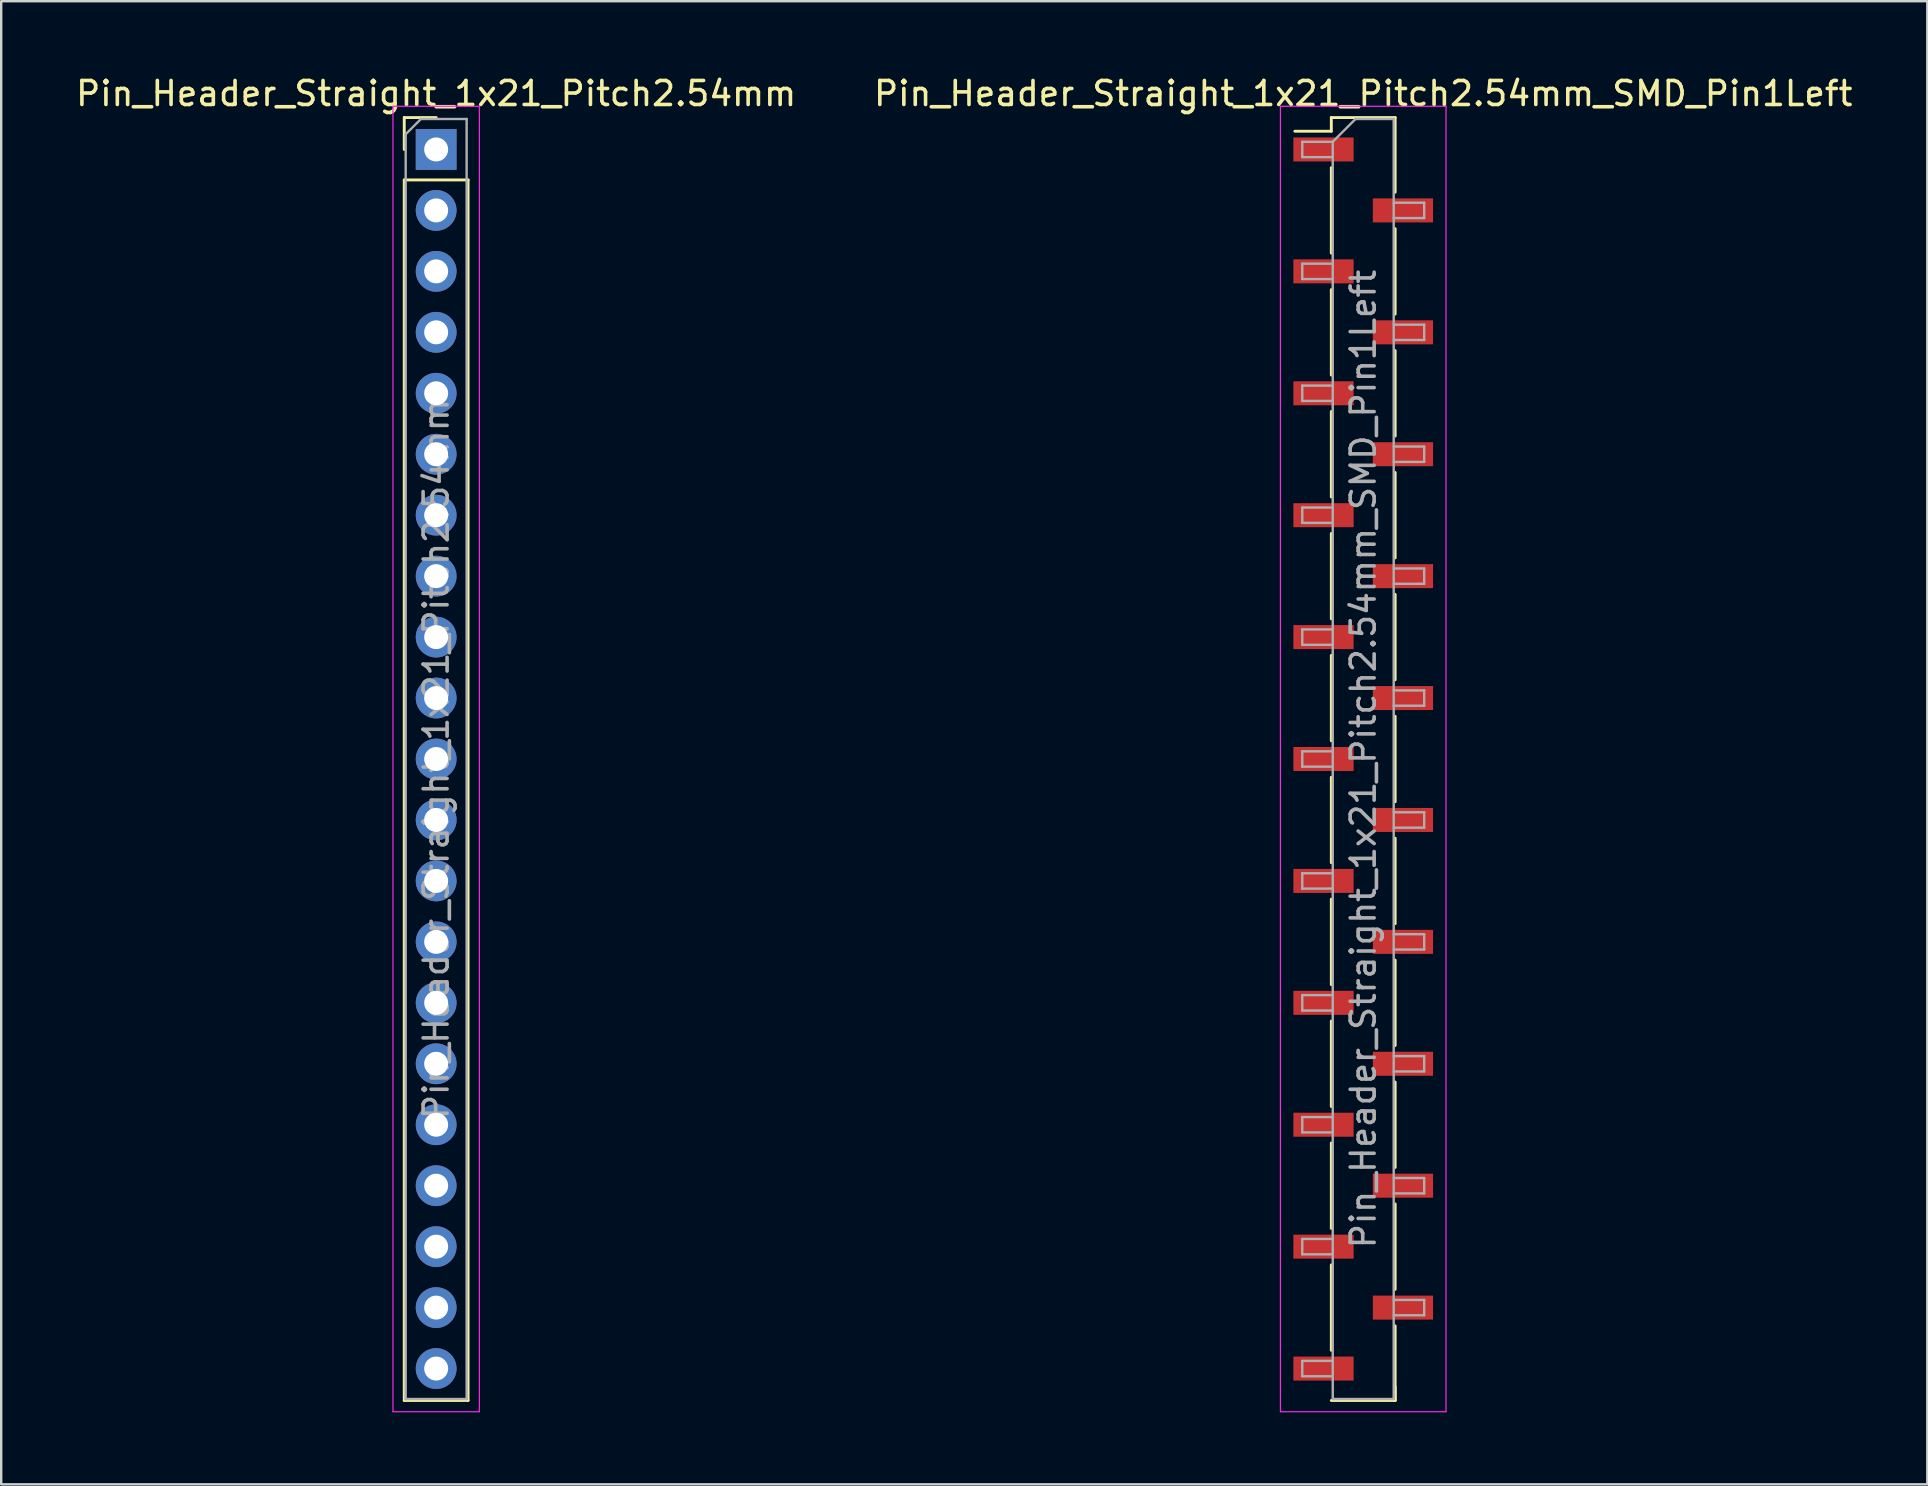
<source format=kicad_pcb>
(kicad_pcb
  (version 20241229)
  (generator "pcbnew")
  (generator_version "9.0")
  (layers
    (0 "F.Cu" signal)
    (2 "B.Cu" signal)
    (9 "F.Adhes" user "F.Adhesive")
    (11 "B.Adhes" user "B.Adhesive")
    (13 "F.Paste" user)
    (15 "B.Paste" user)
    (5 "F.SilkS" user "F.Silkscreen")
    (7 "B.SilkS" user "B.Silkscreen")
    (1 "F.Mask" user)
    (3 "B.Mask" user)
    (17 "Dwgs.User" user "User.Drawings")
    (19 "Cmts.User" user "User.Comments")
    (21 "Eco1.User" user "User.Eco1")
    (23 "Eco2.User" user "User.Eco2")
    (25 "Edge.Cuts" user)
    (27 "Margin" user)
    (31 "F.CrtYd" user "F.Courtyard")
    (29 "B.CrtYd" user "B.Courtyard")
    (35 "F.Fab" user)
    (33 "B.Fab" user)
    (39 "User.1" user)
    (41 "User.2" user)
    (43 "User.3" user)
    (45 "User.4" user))
  (footprint "Pin_Header_Straight_1x21_Pitch2.54mm"
    (layer "F.Cu")
    (at 15.125 3.178)
    (property "Reference" "Pin_Header_Straight_1x21_Pitch2.54mm" (at 0 -2.33 0) (layer "F.SilkS") (effects (font (size 1 1) (thickness 0.15))))
    (attr through_hole)
    (fp_line (start -1.33 -1.33) (end 0 -1.33) (stroke (width 0.12) (type solid)) (layer "F.SilkS"))
    (fp_line (start -1.33 0) (end -1.33 -1.33) (stroke (width 0.12) (type solid)) (layer "F.SilkS"))
    (fp_line (start -1.33 1.27) (end -1.33 52.13) (stroke (width 0.12) (type solid)) (layer "F.SilkS"))
    (fp_line (start -1.33 1.27) (end 1.33 1.27) (stroke (width 0.12) (type solid)) (layer "F.SilkS"))
    (fp_line (start -1.33 52.13) (end 1.33 52.13) (stroke (width 0.12) (type solid)) (layer "F.SilkS"))
    (fp_line (start 1.33 1.27) (end 1.33 52.13) (stroke (width 0.12) (type solid)) (layer "F.SilkS"))
    (fp_line (start -1.8 -1.8) (end -1.8 52.6) (stroke (width 0.05) (type solid)) (layer "F.CrtYd"))
    (fp_line (start -1.8 52.6) (end 1.8 52.6) (stroke (width 0.05) (type solid)) (layer "F.CrtYd"))
    (fp_line (start 1.8 -1.8) (end -1.8 -1.8) (stroke (width 0.05) (type solid)) (layer "F.CrtYd"))
    (fp_line (start 1.8 52.6) (end 1.8 -1.8) (stroke (width 0.05) (type solid)) (layer "F.CrtYd"))
    (fp_line (start -1.27 -0.635) (end -0.635 -1.27) (stroke (width 0.1) (type solid)) (layer "F.Fab"))
    (fp_line (start -1.27 52.07) (end -1.27 -0.635) (stroke (width 0.1) (type solid)) (layer "F.Fab"))
    (fp_line (start -0.635 -1.27) (end 1.27 -1.27) (stroke (width 0.1) (type solid)) (layer "F.Fab"))
    (fp_line (start 1.27 -1.27) (end 1.27 52.07) (stroke (width 0.1) (type solid)) (layer "F.Fab"))
    (fp_line (start 1.27 52.07) (end -1.27 52.07) (stroke (width 0.1) (type solid)) (layer "F.Fab"))
    (fp_text user "${REFERENCE}" (at 0 25.4 90) (layer "F.Fab") (effects (font (size 1 1) (thickness 0.15))))
    (pad "1" thru_hole rect (at 0 0) (size 1.7 1.7) (drill 1) (layers "*.Cu" "*.Mask"))
    (pad "2" thru_hole oval (at 0 2.54) (size 1.7 1.7) (drill 1) (layers "*.Cu" "*.Mask"))
    (pad "3" thru_hole oval (at 0 5.08) (size 1.7 1.7) (drill 1) (layers "*.Cu" "*.Mask"))
    (pad "4" thru_hole oval (at 0 7.62) (size 1.7 1.7) (drill 1) (layers "*.Cu" "*.Mask"))
    (pad "5" thru_hole oval (at 0 10.16) (size 1.7 1.7) (drill 1) (layers "*.Cu" "*.Mask"))
    (pad "6" thru_hole oval (at 0 12.7) (size 1.7 1.7) (drill 1) (layers "*.Cu" "*.Mask"))
    (pad "7" thru_hole oval (at 0 15.24) (size 1.7 1.7) (drill 1) (layers "*.Cu" "*.Mask"))
    (pad "8" thru_hole oval (at 0 17.78) (size 1.7 1.7) (drill 1) (layers "*.Cu" "*.Mask"))
    (pad "9" thru_hole oval (at 0 20.32) (size 1.7 1.7) (drill 1) (layers "*.Cu" "*.Mask"))
    (pad "10" thru_hole oval (at 0 22.86) (size 1.7 1.7) (drill 1) (layers "*.Cu" "*.Mask"))
    (pad "11" thru_hole oval (at 0 25.4) (size 1.7 1.7) (drill 1) (layers "*.Cu" "*.Mask"))
    (pad "12" thru_hole oval (at 0 27.94) (size 1.7 1.7) (drill 1) (layers "*.Cu" "*.Mask"))
    (pad "13" thru_hole oval (at 0 30.48) (size 1.7 1.7) (drill 1) (layers "*.Cu" "*.Mask"))
    (pad "14" thru_hole oval (at 0 33.02) (size 1.7 1.7) (drill 1) (layers "*.Cu" "*.Mask"))
    (pad "15" thru_hole oval (at 0 35.56) (size 1.7 1.7) (drill 1) (layers "*.Cu" "*.Mask"))
    (pad "16" thru_hole oval (at 0 38.1) (size 1.7 1.7) (drill 1) (layers "*.Cu" "*.Mask"))
    (pad "17" thru_hole oval (at 0 40.64) (size 1.7 1.7) (drill 1) (layers "*.Cu" "*.Mask"))
    (pad "18" thru_hole oval (at 0 43.18) (size 1.7 1.7) (drill 1) (layers "*.Cu" "*.Mask"))
    (pad "19" thru_hole oval (at 0 45.72) (size 1.7 1.7) (drill 1) (layers "*.Cu" "*.Mask"))
    (pad "20" thru_hole oval (at 0 48.26) (size 1.7 1.7) (drill 1) (layers "*.Cu" "*.Mask"))
    (pad "21" thru_hole oval (at 0 50.8) (size 1.7 1.7) (drill 1) (layers "*.Cu" "*.Mask")))
  (footprint "Pin_Header_Straight_1x21_Pitch2.54mm_SMD_Pin1Left"
    (layer "F.Cu")
    (at 53.756 28.578)
    (property "Reference" "Pin_Header_Straight_1x21_Pitch2.54mm_SMD_Pin1Left" (at 0 -27.73 0) (layer "F.SilkS") (effects (font (size 1 1) (thickness 0.15))))
    (attr smd)
    (fp_line (start -1.33 -26.73) (end -1.33 -26.16) (stroke (width 0.12) (type solid)) (layer "F.SilkS"))
    (fp_line (start -1.33 -26.73) (end 1.33 -26.73) (stroke (width 0.12) (type solid)) (layer "F.SilkS"))
    (fp_line (start -1.33 -26.16) (end -2.85 -26.16) (stroke (width 0.12) (type solid)) (layer "F.SilkS"))
    (fp_line (start -1.33 -24.64) (end -1.33 -21.08) (stroke (width 0.12) (type solid)) (layer "F.SilkS"))
    (fp_line (start -1.33 -19.56) (end -1.33 -16) (stroke (width 0.12) (type solid)) (layer "F.SilkS"))
    (fp_line (start -1.33 -14.48) (end -1.33 -10.92) (stroke (width 0.12) (type solid)) (layer "F.SilkS"))
    (fp_line (start -1.33 -9.4) (end -1.33 -5.84) (stroke (width 0.12) (type solid)) (layer "F.SilkS"))
    (fp_line (start -1.33 -4.32) (end -1.33 -0.76) (stroke (width 0.12) (type solid)) (layer "F.SilkS"))
    (fp_line (start -1.33 0.76) (end -1.33 4.32) (stroke (width 0.12) (type solid)) (layer "F.SilkS"))
    (fp_line (start -1.33 5.84) (end -1.33 9.4) (stroke (width 0.12) (type solid)) (layer "F.SilkS"))
    (fp_line (start -1.33 10.92) (end -1.33 14.48) (stroke (width 0.12) (type solid)) (layer "F.SilkS"))
    (fp_line (start -1.33 16) (end -1.33 19.56) (stroke (width 0.12) (type solid)) (layer "F.SilkS"))
    (fp_line (start -1.33 21.08) (end -1.33 24.64) (stroke (width 0.12) (type solid)) (layer "F.SilkS"))
    (fp_line (start -1.33 26.73) (end 1.33 26.73) (stroke (width 0.12) (type solid)) (layer "F.SilkS"))
    (fp_line (start 1.33 -26.73) (end 1.33 -23.62) (stroke (width 0.12) (type solid)) (layer "F.SilkS"))
    (fp_line (start 1.33 -22.1) (end 1.33 -18.54) (stroke (width 0.12) (type solid)) (layer "F.SilkS"))
    (fp_line (start 1.33 -17.02) (end 1.33 -13.46) (stroke (width 0.12) (type solid)) (layer "F.SilkS"))
    (fp_line (start 1.33 -11.94) (end 1.33 -8.38) (stroke (width 0.12) (type solid)) (layer "F.SilkS"))
    (fp_line (start 1.33 -6.86) (end 1.33 -3.3) (stroke (width 0.12) (type solid)) (layer "F.SilkS"))
    (fp_line (start 1.33 -1.78) (end 1.33 1.78) (stroke (width 0.12) (type solid)) (layer "F.SilkS"))
    (fp_line (start 1.33 3.3) (end 1.33 6.86) (stroke (width 0.12) (type solid)) (layer "F.SilkS"))
    (fp_line (start 1.33 8.38) (end 1.33 11.94) (stroke (width 0.12) (type solid)) (layer "F.SilkS"))
    (fp_line (start 1.33 13.46) (end 1.33 17.02) (stroke (width 0.12) (type solid)) (layer "F.SilkS"))
    (fp_line (start 1.33 18.54) (end 1.33 22.1) (stroke (width 0.12) (type solid)) (layer "F.SilkS"))
    (fp_line (start 1.33 23.62) (end 1.33 26.73) (stroke (width 0.12) (type solid)) (layer "F.SilkS"))
    (fp_line (start 1.33 26.16) (end 1.33 26.73) (stroke (width 0.12) (type solid)) (layer "F.SilkS"))
    (fp_line (start -3.45 -27.2) (end -3.45 27.2) (stroke (width 0.05) (type solid)) (layer "F.CrtYd"))
    (fp_line (start -3.45 27.2) (end 3.45 27.2) (stroke (width 0.05) (type solid)) (layer "F.CrtYd"))
    (fp_line (start 3.45 -27.2) (end -3.45 -27.2) (stroke (width 0.05) (type solid)) (layer "F.CrtYd"))
    (fp_line (start 3.45 27.2) (end 3.45 -27.2) (stroke (width 0.05) (type solid)) (layer "F.CrtYd"))
    (fp_line (start -2.54 -25.72) (end -2.54 -25.08) (stroke (width 0.1) (type solid)) (layer "F.Fab"))
    (fp_line (start -2.54 -25.08) (end -1.27 -25.08) (stroke (width 0.1) (type solid)) (layer "F.Fab"))
    (fp_line (start -2.54 -20.64) (end -2.54 -20) (stroke (width 0.1) (type solid)) (layer "F.Fab"))
    (fp_line (start -2.54 -20) (end -1.27 -20) (stroke (width 0.1) (type solid)) (layer "F.Fab"))
    (fp_line (start -2.54 -15.56) (end -2.54 -14.92) (stroke (width 0.1) (type solid)) (layer "F.Fab"))
    (fp_line (start -2.54 -14.92) (end -1.27 -14.92) (stroke (width 0.1) (type solid)) (layer "F.Fab"))
    (fp_line (start -2.54 -10.48) (end -2.54 -9.84) (stroke (width 0.1) (type solid)) (layer "F.Fab"))
    (fp_line (start -2.54 -9.84) (end -1.27 -9.84) (stroke (width 0.1) (type solid)) (layer "F.Fab"))
    (fp_line (start -2.54 -5.4) (end -2.54 -4.76) (stroke (width 0.1) (type solid)) (layer "F.Fab"))
    (fp_line (start -2.54 -4.76) (end -1.27 -4.76) (stroke (width 0.1) (type solid)) (layer "F.Fab"))
    (fp_line (start -2.54 -0.32) (end -2.54 0.32) (stroke (width 0.1) (type solid)) (layer "F.Fab"))
    (fp_line (start -2.54 0.32) (end -1.27 0.32) (stroke (width 0.1) (type solid)) (layer "F.Fab"))
    (fp_line (start -2.54 4.76) (end -2.54 5.4) (stroke (width 0.1) (type solid)) (layer "F.Fab"))
    (fp_line (start -2.54 5.4) (end -1.27 5.4) (stroke (width 0.1) (type solid)) (layer "F.Fab"))
    (fp_line (start -2.54 9.84) (end -2.54 10.48) (stroke (width 0.1) (type solid)) (layer "F.Fab"))
    (fp_line (start -2.54 10.48) (end -1.27 10.48) (stroke (width 0.1) (type solid)) (layer "F.Fab"))
    (fp_line (start -2.54 14.92) (end -2.54 15.56) (stroke (width 0.1) (type solid)) (layer "F.Fab"))
    (fp_line (start -2.54 15.56) (end -1.27 15.56) (stroke (width 0.1) (type solid)) (layer "F.Fab"))
    (fp_line (start -2.54 20) (end -2.54 20.64) (stroke (width 0.1) (type solid)) (layer "F.Fab"))
    (fp_line (start -2.54 20.64) (end -1.27 20.64) (stroke (width 0.1) (type solid)) (layer "F.Fab"))
    (fp_line (start -2.54 25.08) (end -2.54 25.72) (stroke (width 0.1) (type solid)) (layer "F.Fab"))
    (fp_line (start -2.54 25.72) (end -1.27 25.72) (stroke (width 0.1) (type solid)) (layer "F.Fab"))
    (fp_line (start -1.27 -25.72) (end -2.54 -25.72) (stroke (width 0.1) (type solid)) (layer "F.Fab"))
    (fp_line (start -1.27 -25.72) (end -0.32 -26.67) (stroke (width 0.1) (type solid)) (layer "F.Fab"))
    (fp_line (start -1.27 -20.64) (end -2.54 -20.64) (stroke (width 0.1) (type solid)) (layer "F.Fab"))
    (fp_line (start -1.27 -15.56) (end -2.54 -15.56) (stroke (width 0.1) (type solid)) (layer "F.Fab"))
    (fp_line (start -1.27 -10.48) (end -2.54 -10.48) (stroke (width 0.1) (type solid)) (layer "F.Fab"))
    (fp_line (start -1.27 -5.4) (end -2.54 -5.4) (stroke (width 0.1) (type solid)) (layer "F.Fab"))
    (fp_line (start -1.27 -0.32) (end -2.54 -0.32) (stroke (width 0.1) (type solid)) (layer "F.Fab"))
    (fp_line (start -1.27 4.76) (end -2.54 4.76) (stroke (width 0.1) (type solid)) (layer "F.Fab"))
    (fp_line (start -1.27 9.84) (end -2.54 9.84) (stroke (width 0.1) (type solid)) (layer "F.Fab"))
    (fp_line (start -1.27 14.92) (end -2.54 14.92) (stroke (width 0.1) (type solid)) (layer "F.Fab"))
    (fp_line (start -1.27 20) (end -2.54 20) (stroke (width 0.1) (type solid)) (layer "F.Fab"))
    (fp_line (start -1.27 25.08) (end -2.54 25.08) (stroke (width 0.1) (type solid)) (layer "F.Fab"))
    (fp_line (start -1.27 26.67) (end -1.27 -25.72) (stroke (width 0.1) (type solid)) (layer "F.Fab"))
    (fp_line (start -0.32 -26.67) (end 1.27 -26.67) (stroke (width 0.1) (type solid)) (layer "F.Fab"))
    (fp_line (start 1.27 -26.67) (end 1.27 26.67) (stroke (width 0.1) (type solid)) (layer "F.Fab"))
    (fp_line (start 1.27 -23.18) (end 2.54 -23.18) (stroke (width 0.1) (type solid)) (layer "F.Fab"))
    (fp_line (start 1.27 -18.1) (end 2.54 -18.1) (stroke (width 0.1) (type solid)) (layer "F.Fab"))
    (fp_line (start 1.27 -13.02) (end 2.54 -13.02) (stroke (width 0.1) (type solid)) (layer "F.Fab"))
    (fp_line (start 1.27 -7.94) (end 2.54 -7.94) (stroke (width 0.1) (type solid)) (layer "F.Fab"))
    (fp_line (start 1.27 -2.86) (end 2.54 -2.86) (stroke (width 0.1) (type solid)) (layer "F.Fab"))
    (fp_line (start 1.27 2.22) (end 2.54 2.22) (stroke (width 0.1) (type solid)) (layer "F.Fab"))
    (fp_line (start 1.27 7.3) (end 2.54 7.3) (stroke (width 0.1) (type solid)) (layer "F.Fab"))
    (fp_line (start 1.27 12.38) (end 2.54 12.38) (stroke (width 0.1) (type solid)) (layer "F.Fab"))
    (fp_line (start 1.27 17.46) (end 2.54 17.46) (stroke (width 0.1) (type solid)) (layer "F.Fab"))
    (fp_line (start 1.27 22.54) (end 2.54 22.54) (stroke (width 0.1) (type solid)) (layer "F.Fab"))
    (fp_line (start 1.27 26.67) (end -1.27 26.67) (stroke (width 0.1) (type solid)) (layer "F.Fab"))
    (fp_line (start 2.54 -23.18) (end 2.54 -22.54) (stroke (width 0.1) (type solid)) (layer "F.Fab"))
    (fp_line (start 2.54 -22.54) (end 1.27 -22.54) (stroke (width 0.1) (type solid)) (layer "F.Fab"))
    (fp_line (start 2.54 -18.1) (end 2.54 -17.46) (stroke (width 0.1) (type solid)) (layer "F.Fab"))
    (fp_line (start 2.54 -17.46) (end 1.27 -17.46) (stroke (width 0.1) (type solid)) (layer "F.Fab"))
    (fp_line (start 2.54 -13.02) (end 2.54 -12.38) (stroke (width 0.1) (type solid)) (layer "F.Fab"))
    (fp_line (start 2.54 -12.38) (end 1.27 -12.38) (stroke (width 0.1) (type solid)) (layer "F.Fab"))
    (fp_line (start 2.54 -7.94) (end 2.54 -7.3) (stroke (width 0.1) (type solid)) (layer "F.Fab"))
    (fp_line (start 2.54 -7.3) (end 1.27 -7.3) (stroke (width 0.1) (type solid)) (layer "F.Fab"))
    (fp_line (start 2.54 -2.86) (end 2.54 -2.22) (stroke (width 0.1) (type solid)) (layer "F.Fab"))
    (fp_line (start 2.54 -2.22) (end 1.27 -2.22) (stroke (width 0.1) (type solid)) (layer "F.Fab"))
    (fp_line (start 2.54 2.22) (end 2.54 2.86) (stroke (width 0.1) (type solid)) (layer "F.Fab"))
    (fp_line (start 2.54 2.86) (end 1.27 2.86) (stroke (width 0.1) (type solid)) (layer "F.Fab"))
    (fp_line (start 2.54 7.3) (end 2.54 7.94) (stroke (width 0.1) (type solid)) (layer "F.Fab"))
    (fp_line (start 2.54 7.94) (end 1.27 7.94) (stroke (width 0.1) (type solid)) (layer "F.Fab"))
    (fp_line (start 2.54 12.38) (end 2.54 13.02) (stroke (width 0.1) (type solid)) (layer "F.Fab"))
    (fp_line (start 2.54 13.02) (end 1.27 13.02) (stroke (width 0.1) (type solid)) (layer "F.Fab"))
    (fp_line (start 2.54 17.46) (end 2.54 18.1) (stroke (width 0.1) (type solid)) (layer "F.Fab"))
    (fp_line (start 2.54 18.1) (end 1.27 18.1) (stroke (width 0.1) (type solid)) (layer "F.Fab"))
    (fp_line (start 2.54 22.54) (end 2.54 23.18) (stroke (width 0.1) (type solid)) (layer "F.Fab"))
    (fp_line (start 2.54 23.18) (end 1.27 23.18) (stroke (width 0.1) (type solid)) (layer "F.Fab"))
    (fp_text user "${REFERENCE}" (at 0 0 90) (layer "F.Fab") (effects (font (size 1 1) (thickness 0.15))))
    (pad "1" smd rect (at -1.655 -25.4) (size 2.51 1) (layers "F.Cu" "F.Mask" "F.Paste"))
    (pad "2" smd rect (at 1.655 -22.86) (size 2.51 1) (layers "F.Cu" "F.Mask" "F.Paste"))
    (pad "3" smd rect (at -1.655 -20.32) (size 2.51 1) (layers "F.Cu" "F.Mask" "F.Paste"))
    (pad "4" smd rect (at 1.655 -17.78) (size 2.51 1) (layers "F.Cu" "F.Mask" "F.Paste"))
    (pad "5" smd rect (at -1.655 -15.24) (size 2.51 1) (layers "F.Cu" "F.Mask" "F.Paste"))
    (pad "6" smd rect (at 1.655 -12.7) (size 2.51 1) (layers "F.Cu" "F.Mask" "F.Paste"))
    (pad "7" smd rect (at -1.655 -10.16) (size 2.51 1) (layers "F.Cu" "F.Mask" "F.Paste"))
    (pad "8" smd rect (at 1.655 -7.62) (size 2.51 1) (layers "F.Cu" "F.Mask" "F.Paste"))
    (pad "9" smd rect (at -1.655 -5.08) (size 2.51 1) (layers "F.Cu" "F.Mask" "F.Paste"))
    (pad "10" smd rect (at 1.655 -2.54) (size 2.51 1) (layers "F.Cu" "F.Mask" "F.Paste"))
    (pad "11" smd rect (at -1.655 0) (size 2.51 1) (layers "F.Cu" "F.Mask" "F.Paste"))
    (pad "12" smd rect (at 1.655 2.54) (size 2.51 1) (layers "F.Cu" "F.Mask" "F.Paste"))
    (pad "13" smd rect (at -1.655 5.08) (size 2.51 1) (layers "F.Cu" "F.Mask" "F.Paste"))
    (pad "14" smd rect (at 1.655 7.62) (size 2.51 1) (layers "F.Cu" "F.Mask" "F.Paste"))
    (pad "15" smd rect (at -1.655 10.16) (size 2.51 1) (layers "F.Cu" "F.Mask" "F.Paste"))
    (pad "16" smd rect (at 1.655 12.7) (size 2.51 1) (layers "F.Cu" "F.Mask" "F.Paste"))
    (pad "17" smd rect (at -1.655 15.24) (size 2.51 1) (layers "F.Cu" "F.Mask" "F.Paste"))
    (pad "18" smd rect (at 1.655 17.78) (size 2.51 1) (layers "F.Cu" "F.Mask" "F.Paste"))
    (pad "19" smd rect (at -1.655 20.32) (size 2.51 1) (layers "F.Cu" "F.Mask" "F.Paste"))
    (pad "20" smd rect (at 1.655 22.86) (size 2.51 1) (layers "F.Cu" "F.Mask" "F.Paste"))
    (pad "21" smd rect (at -1.655 25.4) (size 2.51 1) (layers "F.Cu" "F.Mask" "F.Paste")))
  (gr_rect
    (start -3 -3)
    (end 77.262 58.803)
    (stroke (width 0.1) (type default))
    (fill no)
    (layer "Edge.Cuts")))
</source>
